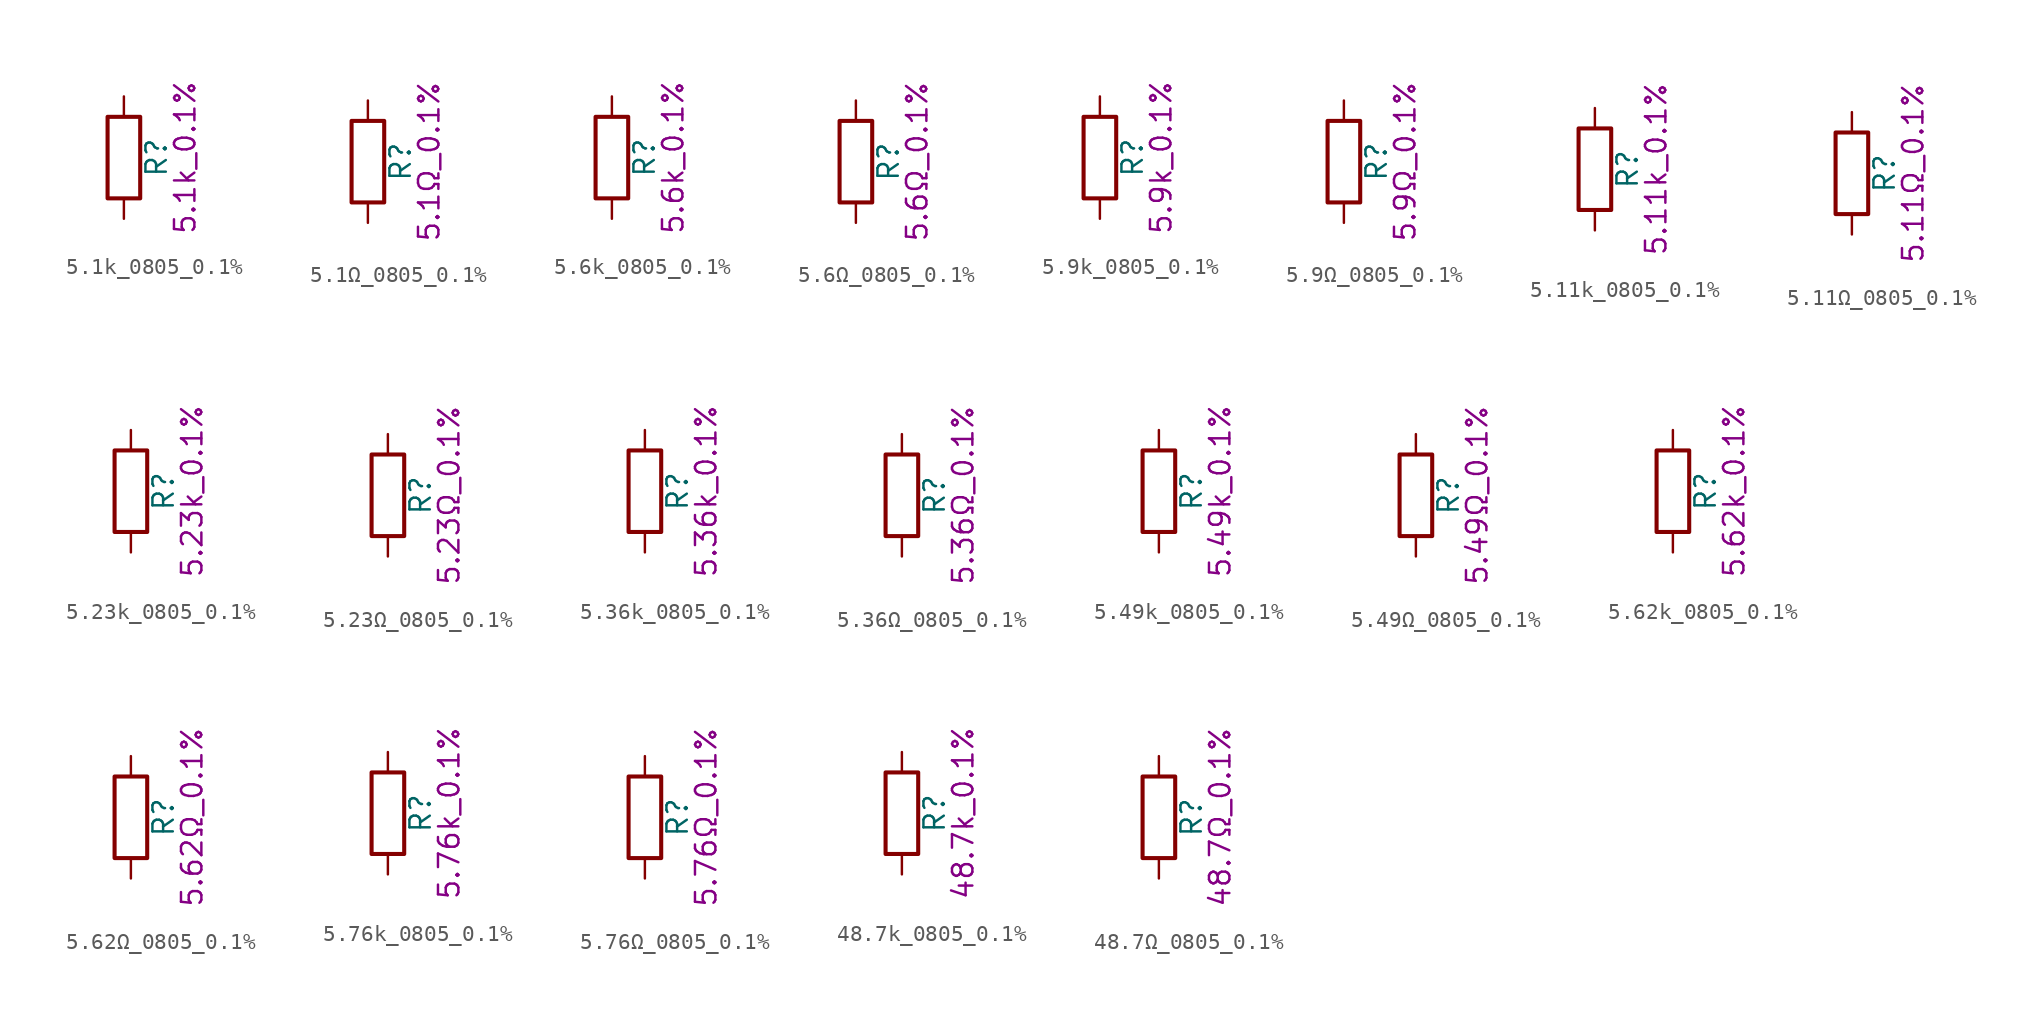
<source format=kicad_sym>
(kicad_symbol_lib
  (version 20211014)
  (generator kicad_symbol_editor)
  (symbol "5.1k_0805_0.1%"
    (pin_numbers hide)
    (pin_names
      (offset 0))
    (property "Reference" "R"
      (at 2.032 0 90)
      (effects (font (size 1.27 1.27))))
    (property "Display" "5.1k_0.1%"
      (at 3.81 0 90)
      (effects (font (size 1.27 1.27))))
    (symbol "5.1k_0805_0.1%_0_1"
      (rectangle (start -1.016 -2.54) (end 1.016 2.54) (stroke (width 0.254) (type default) (color 0 0 0 0)) (fill (type none))))
    (symbol "5.1k_0805_0.1%_1_1"
      (pin passive line (at 0 3.81 270) (length 1.27) (name "~" (effects (font (size 1.27 1.27)))) (number "1" (effects (font (size 1.27 1.27)))))
      (pin passive line (at 0 -3.81 90) (length 1.27) (name "~" (effects (font (size 1.27 1.27)))) (number "2" (effects (font (size 1.27 1.27)))))))
  (symbol "5.1Ω_0805_0.1%"
    (pin_numbers hide)
    (pin_names
      (offset 0))
    (property "Reference" "R"
      (at 2.032 0 90)
      (effects (font (size 1.27 1.27))))
    (property "Display" "5.1Ω_0.1%"
      (at 3.81 0 90)
      (effects (font (size 1.27 1.27))))
    (symbol "5.1Ω_0805_0.1%_0_1"
      (rectangle (start -1.016 -2.54) (end 1.016 2.54) (stroke (width 0.254) (type default) (color 0 0 0 0)) (fill (type none))))
    (symbol "5.1Ω_0805_0.1%_1_1"
      (pin passive line (at 0 3.81 270) (length 1.27) (name "~" (effects (font (size 1.27 1.27)))) (number "1" (effects (font (size 1.27 1.27)))))
      (pin passive line (at 0 -3.81 90) (length 1.27) (name "~" (effects (font (size 1.27 1.27)))) (number "2" (effects (font (size 1.27 1.27)))))))
  (symbol "5.6k_0805_0.1%"
    (pin_numbers hide)
    (pin_names
      (offset 0))
    (property "Reference" "R"
      (at 2.032 0 90)
      (effects (font (size 1.27 1.27))))
    (property "Display" "5.6k_0.1%"
      (at 3.81 0 90)
      (effects (font (size 1.27 1.27))))
    (symbol "5.6k_0805_0.1%_0_1"
      (rectangle (start -1.016 -2.54) (end 1.016 2.54) (stroke (width 0.254) (type default) (color 0 0 0 0)) (fill (type none))))
    (symbol "5.6k_0805_0.1%_1_1"
      (pin passive line (at 0 3.81 270) (length 1.27) (name "~" (effects (font (size 1.27 1.27)))) (number "1" (effects (font (size 1.27 1.27)))))
      (pin passive line (at 0 -3.81 90) (length 1.27) (name "~" (effects (font (size 1.27 1.27)))) (number "2" (effects (font (size 1.27 1.27)))))))
  (symbol "5.6Ω_0805_0.1%"
    (pin_numbers hide)
    (pin_names
      (offset 0))
    (property "Reference" "R"
      (at 2.032 0 90)
      (effects (font (size 1.27 1.27))))
    (property "Display" "5.6Ω_0.1%"
      (at 3.81 0 90)
      (effects (font (size 1.27 1.27))))
    (symbol "5.6Ω_0805_0.1%_0_1"
      (rectangle (start -1.016 -2.54) (end 1.016 2.54) (stroke (width 0.254) (type default) (color 0 0 0 0)) (fill (type none))))
    (symbol "5.6Ω_0805_0.1%_1_1"
      (pin passive line (at 0 3.81 270) (length 1.27) (name "~" (effects (font (size 1.27 1.27)))) (number "1" (effects (font (size 1.27 1.27)))))
      (pin passive line (at 0 -3.81 90) (length 1.27) (name "~" (effects (font (size 1.27 1.27)))) (number "2" (effects (font (size 1.27 1.27)))))))
  (symbol "5.9k_0805_0.1%"
    (pin_numbers hide)
    (pin_names
      (offset 0))
    (property "Reference" "R"
      (at 2.032 0 90)
      (effects (font (size 1.27 1.27))))
    (property "Display" "5.9k_0.1%"
      (at 3.81 0 90)
      (effects (font (size 1.27 1.27))))
    (symbol "5.9k_0805_0.1%_0_1"
      (rectangle (start -1.016 -2.54) (end 1.016 2.54) (stroke (width 0.254) (type default) (color 0 0 0 0)) (fill (type none))))
    (symbol "5.9k_0805_0.1%_1_1"
      (pin passive line (at 0 3.81 270) (length 1.27) (name "~" (effects (font (size 1.27 1.27)))) (number "1" (effects (font (size 1.27 1.27)))))
      (pin passive line (at 0 -3.81 90) (length 1.27) (name "~" (effects (font (size 1.27 1.27)))) (number "2" (effects (font (size 1.27 1.27)))))))
  (symbol "5.9Ω_0805_0.1%"
    (pin_numbers hide)
    (pin_names
      (offset 0))
    (property "Reference" "R"
      (at 2.032 0 90)
      (effects (font (size 1.27 1.27))))
    (property "Display" "5.9Ω_0.1%"
      (at 3.81 0 90)
      (effects (font (size 1.27 1.27))))
    (symbol "5.9Ω_0805_0.1%_0_1"
      (rectangle (start -1.016 -2.54) (end 1.016 2.54) (stroke (width 0.254) (type default) (color 0 0 0 0)) (fill (type none))))
    (symbol "5.9Ω_0805_0.1%_1_1"
      (pin passive line (at 0 3.81 270) (length 1.27) (name "~" (effects (font (size 1.27 1.27)))) (number "1" (effects (font (size 1.27 1.27)))))
      (pin passive line (at 0 -3.81 90) (length 1.27) (name "~" (effects (font (size 1.27 1.27)))) (number "2" (effects (font (size 1.27 1.27)))))))
  (symbol "5.11k_0805_0.1%"
    (pin_numbers hide)
    (pin_names
      (offset 0))
    (property "Reference" "R"
      (at 2.032 0 90)
      (effects (font (size 1.27 1.27))))
    (property "Display" "5.11k_0.1%"
      (at 3.81 0 90)
      (effects (font (size 1.27 1.27))))
    (symbol "5.11k_0805_0.1%_0_1"
      (rectangle (start -1.016 -2.54) (end 1.016 2.54) (stroke (width 0.254) (type default) (color 0 0 0 0)) (fill (type none))))
    (symbol "5.11k_0805_0.1%_1_1"
      (pin passive line (at 0 3.81 270) (length 1.27) (name "~" (effects (font (size 1.27 1.27)))) (number "1" (effects (font (size 1.27 1.27)))))
      (pin passive line (at 0 -3.81 90) (length 1.27) (name "~" (effects (font (size 1.27 1.27)))) (number "2" (effects (font (size 1.27 1.27)))))))
  (symbol "5.11Ω_0805_0.1%"
    (pin_numbers hide)
    (pin_names
      (offset 0))
    (property "Reference" "R"
      (at 2.032 0 90)
      (effects (font (size 1.27 1.27))))
    (property "Display" "5.11Ω_0.1%"
      (at 3.81 0 90)
      (effects (font (size 1.27 1.27))))
    (symbol "5.11Ω_0805_0.1%_0_1"
      (rectangle (start -1.016 -2.54) (end 1.016 2.54) (stroke (width 0.254) (type default) (color 0 0 0 0)) (fill (type none))))
    (symbol "5.11Ω_0805_0.1%_1_1"
      (pin passive line (at 0 3.81 270) (length 1.27) (name "~" (effects (font (size 1.27 1.27)))) (number "1" (effects (font (size 1.27 1.27)))))
      (pin passive line (at 0 -3.81 90) (length 1.27) (name "~" (effects (font (size 1.27 1.27)))) (number "2" (effects (font (size 1.27 1.27)))))))
  (symbol "5.23k_0805_0.1%"
    (pin_numbers hide)
    (pin_names
      (offset 0))
    (property "Reference" "R"
      (at 2.032 0 90)
      (effects (font (size 1.27 1.27))))
    (property "Display" "5.23k_0.1%"
      (at 3.81 0 90)
      (effects (font (size 1.27 1.27))))
    (symbol "5.23k_0805_0.1%_0_1"
      (rectangle (start -1.016 -2.54) (end 1.016 2.54) (stroke (width 0.254) (type default) (color 0 0 0 0)) (fill (type none))))
    (symbol "5.23k_0805_0.1%_1_1"
      (pin passive line (at 0 3.81 270) (length 1.27) (name "~" (effects (font (size 1.27 1.27)))) (number "1" (effects (font (size 1.27 1.27)))))
      (pin passive line (at 0 -3.81 90) (length 1.27) (name "~" (effects (font (size 1.27 1.27)))) (number "2" (effects (font (size 1.27 1.27)))))))
  (symbol "5.23Ω_0805_0.1%"
    (pin_numbers hide)
    (pin_names
      (offset 0))
    (property "Reference" "R"
      (at 2.032 0 90)
      (effects (font (size 1.27 1.27))))
    (property "Display" "5.23Ω_0.1%"
      (at 3.81 0 90)
      (effects (font (size 1.27 1.27))))
    (symbol "5.23Ω_0805_0.1%_0_1"
      (rectangle (start -1.016 -2.54) (end 1.016 2.54) (stroke (width 0.254) (type default) (color 0 0 0 0)) (fill (type none))))
    (symbol "5.23Ω_0805_0.1%_1_1"
      (pin passive line (at 0 3.81 270) (length 1.27) (name "~" (effects (font (size 1.27 1.27)))) (number "1" (effects (font (size 1.27 1.27)))))
      (pin passive line (at 0 -3.81 90) (length 1.27) (name "~" (effects (font (size 1.27 1.27)))) (number "2" (effects (font (size 1.27 1.27)))))))
  (symbol "5.36k_0805_0.1%"
    (pin_numbers hide)
    (pin_names
      (offset 0))
    (property "Reference" "R"
      (at 2.032 0 90)
      (effects (font (size 1.27 1.27))))
    (property "Display" "5.36k_0.1%"
      (at 3.81 0 90)
      (effects (font (size 1.27 1.27))))
    (symbol "5.36k_0805_0.1%_0_1"
      (rectangle (start -1.016 -2.54) (end 1.016 2.54) (stroke (width 0.254) (type default) (color 0 0 0 0)) (fill (type none))))
    (symbol "5.36k_0805_0.1%_1_1"
      (pin passive line (at 0 3.81 270) (length 1.27) (name "~" (effects (font (size 1.27 1.27)))) (number "1" (effects (font (size 1.27 1.27)))))
      (pin passive line (at 0 -3.81 90) (length 1.27) (name "~" (effects (font (size 1.27 1.27)))) (number "2" (effects (font (size 1.27 1.27)))))))
  (symbol "5.36Ω_0805_0.1%"
    (pin_numbers hide)
    (pin_names
      (offset 0))
    (property "Reference" "R"
      (at 2.032 0 90)
      (effects (font (size 1.27 1.27))))
    (property "Display" "5.36Ω_0.1%"
      (at 3.81 0 90)
      (effects (font (size 1.27 1.27))))
    (symbol "5.36Ω_0805_0.1%_0_1"
      (rectangle (start -1.016 -2.54) (end 1.016 2.54) (stroke (width 0.254) (type default) (color 0 0 0 0)) (fill (type none))))
    (symbol "5.36Ω_0805_0.1%_1_1"
      (pin passive line (at 0 3.81 270) (length 1.27) (name "~" (effects (font (size 1.27 1.27)))) (number "1" (effects (font (size 1.27 1.27)))))
      (pin passive line (at 0 -3.81 90) (length 1.27) (name "~" (effects (font (size 1.27 1.27)))) (number "2" (effects (font (size 1.27 1.27)))))))
  (symbol "5.49k_0805_0.1%"
    (pin_numbers hide)
    (pin_names
      (offset 0))
    (property "Reference" "R"
      (at 2.032 0 90)
      (effects (font (size 1.27 1.27))))
    (property "Display" "5.49k_0.1%"
      (at 3.81 0 90)
      (effects (font (size 1.27 1.27))))
    (symbol "5.49k_0805_0.1%_0_1"
      (rectangle (start -1.016 -2.54) (end 1.016 2.54) (stroke (width 0.254) (type default) (color 0 0 0 0)) (fill (type none))))
    (symbol "5.49k_0805_0.1%_1_1"
      (pin passive line (at 0 3.81 270) (length 1.27) (name "~" (effects (font (size 1.27 1.27)))) (number "1" (effects (font (size 1.27 1.27)))))
      (pin passive line (at 0 -3.81 90) (length 1.27) (name "~" (effects (font (size 1.27 1.27)))) (number "2" (effects (font (size 1.27 1.27)))))))
  (symbol "5.49Ω_0805_0.1%"
    (pin_numbers hide)
    (pin_names
      (offset 0))
    (property "Reference" "R"
      (at 2.032 0 90)
      (effects (font (size 1.27 1.27))))
    (property "Display" "5.49Ω_0.1%"
      (at 3.81 0 90)
      (effects (font (size 1.27 1.27))))
    (symbol "5.49Ω_0805_0.1%_0_1"
      (rectangle (start -1.016 -2.54) (end 1.016 2.54) (stroke (width 0.254) (type default) (color 0 0 0 0)) (fill (type none))))
    (symbol "5.49Ω_0805_0.1%_1_1"
      (pin passive line (at 0 3.81 270) (length 1.27) (name "~" (effects (font (size 1.27 1.27)))) (number "1" (effects (font (size 1.27 1.27)))))
      (pin passive line (at 0 -3.81 90) (length 1.27) (name "~" (effects (font (size 1.27 1.27)))) (number "2" (effects (font (size 1.27 1.27)))))))
  (symbol "5.62k_0805_0.1%"
    (pin_numbers hide)
    (pin_names
      (offset 0))
    (property "Reference" "R"
      (at 2.032 0 90)
      (effects (font (size 1.27 1.27))))
    (property "Display" "5.62k_0.1%"
      (at 3.81 0 90)
      (effects (font (size 1.27 1.27))))
    (symbol "5.62k_0805_0.1%_0_1"
      (rectangle (start -1.016 -2.54) (end 1.016 2.54) (stroke (width 0.254) (type default) (color 0 0 0 0)) (fill (type none))))
    (symbol "5.62k_0805_0.1%_1_1"
      (pin passive line (at 0 3.81 270) (length 1.27) (name "~" (effects (font (size 1.27 1.27)))) (number "1" (effects (font (size 1.27 1.27)))))
      (pin passive line (at 0 -3.81 90) (length 1.27) (name "~" (effects (font (size 1.27 1.27)))) (number "2" (effects (font (size 1.27 1.27)))))))
  (symbol "5.62Ω_0805_0.1%"
    (pin_numbers hide)
    (pin_names
      (offset 0))
    (property "Reference" "R"
      (at 2.032 0 90)
      (effects (font (size 1.27 1.27))))
    (property "Display" "5.62Ω_0.1%"
      (at 3.81 0 90)
      (effects (font (size 1.27 1.27))))
    (symbol "5.62Ω_0805_0.1%_0_1"
      (rectangle (start -1.016 -2.54) (end 1.016 2.54) (stroke (width 0.254) (type default) (color 0 0 0 0)) (fill (type none))))
    (symbol "5.62Ω_0805_0.1%_1_1"
      (pin passive line (at 0 3.81 270) (length 1.27) (name "~" (effects (font (size 1.27 1.27)))) (number "1" (effects (font (size 1.27 1.27)))))
      (pin passive line (at 0 -3.81 90) (length 1.27) (name "~" (effects (font (size 1.27 1.27)))) (number "2" (effects (font (size 1.27 1.27)))))))
  (symbol "5.76k_0805_0.1%"
    (pin_numbers hide)
    (pin_names
      (offset 0))
    (property "Reference" "R"
      (at 2.032 0 90)
      (effects (font (size 1.27 1.27))))
    (property "Display" "5.76k_0.1%"
      (at 3.81 0 90)
      (effects (font (size 1.27 1.27))))
    (symbol "5.76k_0805_0.1%_0_1"
      (rectangle (start -1.016 -2.54) (end 1.016 2.54) (stroke (width 0.254) (type default) (color 0 0 0 0)) (fill (type none))))
    (symbol "5.76k_0805_0.1%_1_1"
      (pin passive line (at 0 3.81 270) (length 1.27) (name "~" (effects (font (size 1.27 1.27)))) (number "1" (effects (font (size 1.27 1.27)))))
      (pin passive line (at 0 -3.81 90) (length 1.27) (name "~" (effects (font (size 1.27 1.27)))) (number "2" (effects (font (size 1.27 1.27)))))))
  (symbol "5.76Ω_0805_0.1%"
    (pin_numbers hide)
    (pin_names
      (offset 0))
    (property "Reference" "R"
      (at 2.032 0 90)
      (effects (font (size 1.27 1.27))))
    (property "Display" "5.76Ω_0.1%"
      (at 3.81 0 90)
      (effects (font (size 1.27 1.27))))
    (symbol "5.76Ω_0805_0.1%_0_1"
      (rectangle (start -1.016 -2.54) (end 1.016 2.54) (stroke (width 0.254) (type default) (color 0 0 0 0)) (fill (type none))))
    (symbol "5.76Ω_0805_0.1%_1_1"
      (pin passive line (at 0 3.81 270) (length 1.27) (name "~" (effects (font (size 1.27 1.27)))) (number "1" (effects (font (size 1.27 1.27)))))
      (pin passive line (at 0 -3.81 90) (length 1.27) (name "~" (effects (font (size 1.27 1.27)))) (number "2" (effects (font (size 1.27 1.27)))))))
  (symbol "48.7k_0805_0.1%"
    (pin_numbers hide)
    (pin_names
      (offset 0))
    (property "Reference" "R"
      (at 2.032 0 90)
      (effects (font (size 1.27 1.27))))
    (property "Display" "48.7k_0.1%"
      (at 3.81 0 90)
      (effects (font (size 1.27 1.27))))
    (symbol "48.7k_0805_0.1%_0_1"
      (rectangle (start -1.016 -2.54) (end 1.016 2.54) (stroke (width 0.254) (type default) (color 0 0 0 0)) (fill (type none))))
    (symbol "48.7k_0805_0.1%_1_1"
      (pin passive line (at 0 3.81 270) (length 1.27) (name "~" (effects (font (size 1.27 1.27)))) (number "1" (effects (font (size 1.27 1.27)))))
      (pin passive line (at 0 -3.81 90) (length 1.27) (name "~" (effects (font (size 1.27 1.27)))) (number "2" (effects (font (size 1.27 1.27)))))))
  (symbol "48.7Ω_0805_0.1%"
    (pin_numbers hide)
    (pin_names
      (offset 0))
    (property "Reference" "R"
      (at 2.032 0 90)
      (effects (font (size 1.27 1.27))))
    (property "Display" "48.7Ω_0.1%"
      (at 3.81 0 90)
      (effects (font (size 1.27 1.27))))
    (symbol "48.7Ω_0805_0.1%_0_1"
      (rectangle (start -1.016 -2.54) (end 1.016 2.54) (stroke (width 0.254) (type default) (color 0 0 0 0)) (fill (type none))))
    (symbol "48.7Ω_0805_0.1%_1_1"
      (pin passive line (at 0 3.81 270) (length 1.27) (name "~" (effects (font (size 1.27 1.27)))) (number "1" (effects (font (size 1.27 1.27)))))
      (pin passive line (at 0 -3.81 90) (length 1.27) (name "~" (effects (font (size 1.27 1.27)))) (number "2" (effects (font (size 1.27 1.27))))))))
</source>
